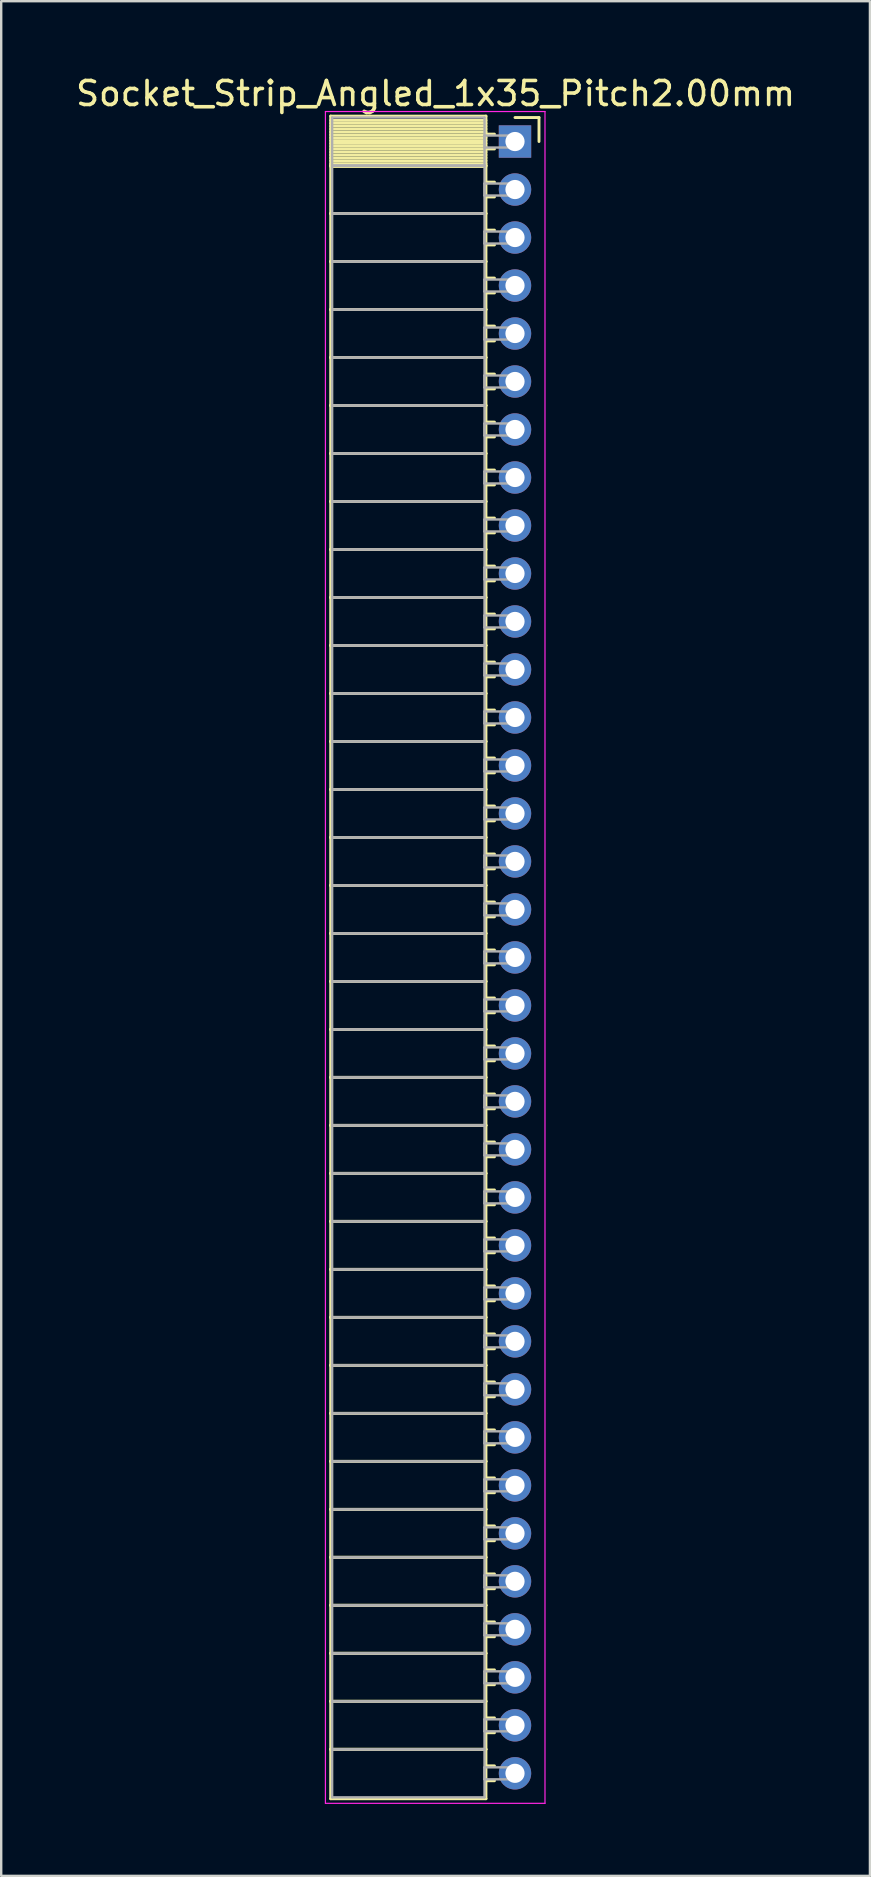
<source format=kicad_pcb>
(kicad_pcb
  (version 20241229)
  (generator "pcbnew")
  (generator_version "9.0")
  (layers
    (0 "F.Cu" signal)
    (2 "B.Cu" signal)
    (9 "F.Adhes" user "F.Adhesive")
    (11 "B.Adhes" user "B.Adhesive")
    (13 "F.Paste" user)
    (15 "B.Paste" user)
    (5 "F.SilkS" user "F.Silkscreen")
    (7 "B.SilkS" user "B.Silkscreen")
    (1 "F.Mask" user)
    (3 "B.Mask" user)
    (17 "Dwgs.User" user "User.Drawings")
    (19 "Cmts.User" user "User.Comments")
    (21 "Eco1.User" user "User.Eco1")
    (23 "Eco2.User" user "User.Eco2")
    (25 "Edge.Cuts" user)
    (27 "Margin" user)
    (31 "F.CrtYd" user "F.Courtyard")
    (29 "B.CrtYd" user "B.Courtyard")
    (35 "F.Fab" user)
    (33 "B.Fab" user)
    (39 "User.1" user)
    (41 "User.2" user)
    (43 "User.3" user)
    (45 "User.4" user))
  (footprint "Socket_Strip_Angled_1x35_Pitch2.00mm"
    (layer "F.Cu")
    (at 18.411 2.848)
    (property "Reference" "Socket_Strip_Angled_1x35_Pitch2.00mm" (at -3.31 -2 0) (layer "F.SilkS") (effects (font (size 1 1) (thickness 0.15))))
    (attr through_hole)
    (fp_line (start -7.68 -1.06) (end -1.21 -1.06) (stroke (width 0.12) (type solid)) (layer "F.SilkS"))
    (fp_line (start -7.68 1) (end -7.68 -1.06) (stroke (width 0.12) (type solid)) (layer "F.SilkS"))
    (fp_line (start -7.68 1) (end -1.21 1) (stroke (width 0.12) (type solid)) (layer "F.SilkS"))
    (fp_line (start -7.68 3) (end -7.68 1) (stroke (width 0.12) (type solid)) (layer "F.SilkS"))
    (fp_line (start -7.68 3) (end -1.21 3) (stroke (width 0.12) (type solid)) (layer "F.SilkS"))
    (fp_line (start -7.68 5) (end -7.68 3) (stroke (width 0.12) (type solid)) (layer "F.SilkS"))
    (fp_line (start -7.68 5) (end -1.21 5) (stroke (width 0.12) (type solid)) (layer "F.SilkS"))
    (fp_line (start -7.68 7) (end -7.68 5) (stroke (width 0.12) (type solid)) (layer "F.SilkS"))
    (fp_line (start -7.68 7) (end -1.21 7) (stroke (width 0.12) (type solid)) (layer "F.SilkS"))
    (fp_line (start -7.68 9) (end -7.68 7) (stroke (width 0.12) (type solid)) (layer "F.SilkS"))
    (fp_line (start -7.68 9) (end -1.21 9) (stroke (width 0.12) (type solid)) (layer "F.SilkS"))
    (fp_line (start -7.68 11) (end -7.68 9) (stroke (width 0.12) (type solid)) (layer "F.SilkS"))
    (fp_line (start -7.68 11) (end -1.21 11) (stroke (width 0.12) (type solid)) (layer "F.SilkS"))
    (fp_line (start -7.68 13) (end -7.68 11) (stroke (width 0.12) (type solid)) (layer "F.SilkS"))
    (fp_line (start -7.68 13) (end -1.21 13) (stroke (width 0.12) (type solid)) (layer "F.SilkS"))
    (fp_line (start -7.68 15) (end -7.68 13) (stroke (width 0.12) (type solid)) (layer "F.SilkS"))
    (fp_line (start -7.68 15) (end -1.21 15) (stroke (width 0.12) (type solid)) (layer "F.SilkS"))
    (fp_line (start -7.68 17) (end -7.68 15) (stroke (width 0.12) (type solid)) (layer "F.SilkS"))
    (fp_line (start -7.68 17) (end -1.21 17) (stroke (width 0.12) (type solid)) (layer "F.SilkS"))
    (fp_line (start -7.68 19) (end -7.68 17) (stroke (width 0.12) (type solid)) (layer "F.SilkS"))
    (fp_line (start -7.68 19) (end -1.21 19) (stroke (width 0.12) (type solid)) (layer "F.SilkS"))
    (fp_line (start -7.68 21) (end -7.68 19) (stroke (width 0.12) (type solid)) (layer "F.SilkS"))
    (fp_line (start -7.68 21) (end -1.21 21) (stroke (width 0.12) (type solid)) (layer "F.SilkS"))
    (fp_line (start -7.68 23) (end -7.68 21) (stroke (width 0.12) (type solid)) (layer "F.SilkS"))
    (fp_line (start -7.68 23) (end -1.21 23) (stroke (width 0.12) (type solid)) (layer "F.SilkS"))
    (fp_line (start -7.68 25) (end -7.68 23) (stroke (width 0.12) (type solid)) (layer "F.SilkS"))
    (fp_line (start -7.68 25) (end -1.21 25) (stroke (width 0.12) (type solid)) (layer "F.SilkS"))
    (fp_line (start -7.68 27) (end -7.68 25) (stroke (width 0.12) (type solid)) (layer "F.SilkS"))
    (fp_line (start -7.68 27) (end -1.21 27) (stroke (width 0.12) (type solid)) (layer "F.SilkS"))
    (fp_line (start -7.68 29) (end -7.68 27) (stroke (width 0.12) (type solid)) (layer "F.SilkS"))
    (fp_line (start -7.68 29) (end -1.21 29) (stroke (width 0.12) (type solid)) (layer "F.SilkS"))
    (fp_line (start -7.68 31) (end -7.68 29) (stroke (width 0.12) (type solid)) (layer "F.SilkS"))
    (fp_line (start -7.68 31) (end -1.21 31) (stroke (width 0.12) (type solid)) (layer "F.SilkS"))
    (fp_line (start -7.68 33) (end -7.68 31) (stroke (width 0.12) (type solid)) (layer "F.SilkS"))
    (fp_line (start -7.68 33) (end -1.21 33) (stroke (width 0.12) (type solid)) (layer "F.SilkS"))
    (fp_line (start -7.68 35) (end -7.68 33) (stroke (width 0.12) (type solid)) (layer "F.SilkS"))
    (fp_line (start -7.68 35) (end -1.21 35) (stroke (width 0.12) (type solid)) (layer "F.SilkS"))
    (fp_line (start -7.68 37) (end -7.68 35) (stroke (width 0.12) (type solid)) (layer "F.SilkS"))
    (fp_line (start -7.68 37) (end -1.21 37) (stroke (width 0.12) (type solid)) (layer "F.SilkS"))
    (fp_line (start -7.68 39) (end -7.68 37) (stroke (width 0.12) (type solid)) (layer "F.SilkS"))
    (fp_line (start -7.68 39) (end -1.21 39) (stroke (width 0.12) (type solid)) (layer "F.SilkS"))
    (fp_line (start -7.68 41) (end -7.68 39) (stroke (width 0.12) (type solid)) (layer "F.SilkS"))
    (fp_line (start -7.68 41) (end -1.21 41) (stroke (width 0.12) (type solid)) (layer "F.SilkS"))
    (fp_line (start -7.68 43) (end -7.68 41) (stroke (width 0.12) (type solid)) (layer "F.SilkS"))
    (fp_line (start -7.68 43) (end -1.21 43) (stroke (width 0.12) (type solid)) (layer "F.SilkS"))
    (fp_line (start -7.68 45) (end -7.68 43) (stroke (width 0.12) (type solid)) (layer "F.SilkS"))
    (fp_line (start -7.68 45) (end -1.21 45) (stroke (width 0.12) (type solid)) (layer "F.SilkS"))
    (fp_line (start -7.68 47) (end -7.68 45) (stroke (width 0.12) (type solid)) (layer "F.SilkS"))
    (fp_line (start -7.68 47) (end -1.21 47) (stroke (width 0.12) (type solid)) (layer "F.SilkS"))
    (fp_line (start -7.68 49) (end -7.68 47) (stroke (width 0.12) (type solid)) (layer "F.SilkS"))
    (fp_line (start -7.68 49) (end -1.21 49) (stroke (width 0.12) (type solid)) (layer "F.SilkS"))
    (fp_line (start -7.68 51) (end -7.68 49) (stroke (width 0.12) (type solid)) (layer "F.SilkS"))
    (fp_line (start -7.68 51) (end -1.21 51) (stroke (width 0.12) (type solid)) (layer "F.SilkS"))
    (fp_line (start -7.68 53) (end -7.68 51) (stroke (width 0.12) (type solid)) (layer "F.SilkS"))
    (fp_line (start -7.68 53) (end -1.21 53) (stroke (width 0.12) (type solid)) (layer "F.SilkS"))
    (fp_line (start -7.68 55) (end -7.68 53) (stroke (width 0.12) (type solid)) (layer "F.SilkS"))
    (fp_line (start -7.68 55) (end -1.21 55) (stroke (width 0.12) (type solid)) (layer "F.SilkS"))
    (fp_line (start -7.68 57) (end -7.68 55) (stroke (width 0.12) (type solid)) (layer "F.SilkS"))
    (fp_line (start -7.68 57) (end -1.21 57) (stroke (width 0.12) (type solid)) (layer "F.SilkS"))
    (fp_line (start -7.68 59) (end -7.68 57) (stroke (width 0.12) (type solid)) (layer "F.SilkS"))
    (fp_line (start -7.68 59) (end -1.21 59) (stroke (width 0.12) (type solid)) (layer "F.SilkS"))
    (fp_line (start -7.68 61) (end -7.68 59) (stroke (width 0.12) (type solid)) (layer "F.SilkS"))
    (fp_line (start -7.68 61) (end -1.21 61) (stroke (width 0.12) (type solid)) (layer "F.SilkS"))
    (fp_line (start -7.68 63) (end -7.68 61) (stroke (width 0.12) (type solid)) (layer "F.SilkS"))
    (fp_line (start -7.68 63) (end -1.21 63) (stroke (width 0.12) (type solid)) (layer "F.SilkS"))
    (fp_line (start -7.68 65) (end -7.68 63) (stroke (width 0.12) (type solid)) (layer "F.SilkS"))
    (fp_line (start -7.68 65) (end -1.21 65) (stroke (width 0.12) (type solid)) (layer "F.SilkS"))
    (fp_line (start -7.68 67) (end -7.68 65) (stroke (width 0.12) (type solid)) (layer "F.SilkS"))
    (fp_line (start -7.68 67) (end -1.21 67) (stroke (width 0.12) (type solid)) (layer "F.SilkS"))
    (fp_line (start -7.68 69.06) (end -7.68 67) (stroke (width 0.12) (type solid)) (layer "F.SilkS"))
    (fp_line (start -1.21 -1.06) (end -1.21 1) (stroke (width 0.12) (type solid)) (layer "F.SilkS"))
    (fp_line (start -1.21 -0.88) (end -7.68 -0.88) (stroke (width 0.12) (type solid)) (layer "F.SilkS"))
    (fp_line (start -1.21 -0.76) (end -7.68 -0.76) (stroke (width 0.12) (type solid)) (layer "F.SilkS"))
    (fp_line (start -1.21 -0.64) (end -7.68 -0.64) (stroke (width 0.12) (type solid)) (layer "F.SilkS"))
    (fp_line (start -1.21 -0.52) (end -7.68 -0.52) (stroke (width 0.12) (type solid)) (layer "F.SilkS"))
    (fp_line (start -1.21 -0.4) (end -7.68 -0.4) (stroke (width 0.12) (type solid)) (layer "F.SilkS"))
    (fp_line (start -1.21 -0.28) (end -7.68 -0.28) (stroke (width 0.12) (type solid)) (layer "F.SilkS"))
    (fp_line (start -1.21 -0.16) (end -7.68 -0.16) (stroke (width 0.12) (type solid)) (layer "F.SilkS"))
    (fp_line (start -1.21 -0.04) (end -7.68 -0.04) (stroke (width 0.12) (type solid)) (layer "F.SilkS"))
    (fp_line (start -1.21 0.08) (end -7.68 0.08) (stroke (width 0.12) (type solid)) (layer "F.SilkS"))
    (fp_line (start -1.21 0.2) (end -7.68 0.2) (stroke (width 0.12) (type solid)) (layer "F.SilkS"))
    (fp_line (start -1.21 0.32) (end -7.68 0.32) (stroke (width 0.12) (type solid)) (layer "F.SilkS"))
    (fp_line (start -1.21 0.44) (end -7.68 0.44) (stroke (width 0.12) (type solid)) (layer "F.SilkS"))
    (fp_line (start -1.21 0.56) (end -7.68 0.56) (stroke (width 0.12) (type solid)) (layer "F.SilkS"))
    (fp_line (start -1.21 0.68) (end -7.68 0.68) (stroke (width 0.12) (type solid)) (layer "F.SilkS"))
    (fp_line (start -1.21 0.8) (end -7.68 0.8) (stroke (width 0.12) (type solid)) (layer "F.SilkS"))
    (fp_line (start -1.21 0.92) (end -7.68 0.92) (stroke (width 0.12) (type solid)) (layer "F.SilkS"))
    (fp_line (start -1.21 1) (end -7.68 1) (stroke (width 0.12) (type solid)) (layer "F.SilkS"))
    (fp_line (start -1.21 1) (end -1.21 3) (stroke (width 0.12) (type solid)) (layer "F.SilkS"))
    (fp_line (start -1.21 1.04) (end -7.68 1.04) (stroke (width 0.12) (type solid)) (layer "F.SilkS"))
    (fp_line (start -1.21 3) (end -7.68 3) (stroke (width 0.12) (type solid)) (layer "F.SilkS"))
    (fp_line (start -1.21 3) (end -1.21 5) (stroke (width 0.12) (type solid)) (layer "F.SilkS"))
    (fp_line (start -1.21 5) (end -7.68 5) (stroke (width 0.12) (type solid)) (layer "F.SilkS"))
    (fp_line (start -1.21 5) (end -1.21 7) (stroke (width 0.12) (type solid)) (layer "F.SilkS"))
    (fp_line (start -1.21 7) (end -7.68 7) (stroke (width 0.12) (type solid)) (layer "F.SilkS"))
    (fp_line (start -1.21 7) (end -1.21 9) (stroke (width 0.12) (type solid)) (layer "F.SilkS"))
    (fp_line (start -1.21 9) (end -7.68 9) (stroke (width 0.12) (type solid)) (layer "F.SilkS"))
    (fp_line (start -1.21 9) (end -1.21 11) (stroke (width 0.12) (type solid)) (layer "F.SilkS"))
    (fp_line (start -1.21 11) (end -7.68 11) (stroke (width 0.12) (type solid)) (layer "F.SilkS"))
    (fp_line (start -1.21 11) (end -1.21 13) (stroke (width 0.12) (type solid)) (layer "F.SilkS"))
    (fp_line (start -1.21 13) (end -7.68 13) (stroke (width 0.12) (type solid)) (layer "F.SilkS"))
    (fp_line (start -1.21 13) (end -1.21 15) (stroke (width 0.12) (type solid)) (layer "F.SilkS"))
    (fp_line (start -1.21 15) (end -7.68 15) (stroke (width 0.12) (type solid)) (layer "F.SilkS"))
    (fp_line (start -1.21 15) (end -1.21 17) (stroke (width 0.12) (type solid)) (layer "F.SilkS"))
    (fp_line (start -1.21 17) (end -7.68 17) (stroke (width 0.12) (type solid)) (layer "F.SilkS"))
    (fp_line (start -1.21 17) (end -1.21 19) (stroke (width 0.12) (type solid)) (layer "F.SilkS"))
    (fp_line (start -1.21 19) (end -7.68 19) (stroke (width 0.12) (type solid)) (layer "F.SilkS"))
    (fp_line (start -1.21 19) (end -1.21 21) (stroke (width 0.12) (type solid)) (layer "F.SilkS"))
    (fp_line (start -1.21 21) (end -7.68 21) (stroke (width 0.12) (type solid)) (layer "F.SilkS"))
    (fp_line (start -1.21 21) (end -1.21 23) (stroke (width 0.12) (type solid)) (layer "F.SilkS"))
    (fp_line (start -1.21 23) (end -7.68 23) (stroke (width 0.12) (type solid)) (layer "F.SilkS"))
    (fp_line (start -1.21 23) (end -1.21 25) (stroke (width 0.12) (type solid)) (layer "F.SilkS"))
    (fp_line (start -1.21 25) (end -7.68 25) (stroke (width 0.12) (type solid)) (layer "F.SilkS"))
    (fp_line (start -1.21 25) (end -1.21 27) (stroke (width 0.12) (type solid)) (layer "F.SilkS"))
    (fp_line (start -1.21 27) (end -7.68 27) (stroke (width 0.12) (type solid)) (layer "F.SilkS"))
    (fp_line (start -1.21 27) (end -1.21 29) (stroke (width 0.12) (type solid)) (layer "F.SilkS"))
    (fp_line (start -1.21 29) (end -7.68 29) (stroke (width 0.12) (type solid)) (layer "F.SilkS"))
    (fp_line (start -1.21 29) (end -1.21 31) (stroke (width 0.12) (type solid)) (layer "F.SilkS"))
    (fp_line (start -1.21 31) (end -7.68 31) (stroke (width 0.12) (type solid)) (layer "F.SilkS"))
    (fp_line (start -1.21 31) (end -1.21 33) (stroke (width 0.12) (type solid)) (layer "F.SilkS"))
    (fp_line (start -1.21 33) (end -7.68 33) (stroke (width 0.12) (type solid)) (layer "F.SilkS"))
    (fp_line (start -1.21 33) (end -1.21 35) (stroke (width 0.12) (type solid)) (layer "F.SilkS"))
    (fp_line (start -1.21 35) (end -7.68 35) (stroke (width 0.12) (type solid)) (layer "F.SilkS"))
    (fp_line (start -1.21 35) (end -1.21 37) (stroke (width 0.12) (type solid)) (layer "F.SilkS"))
    (fp_line (start -1.21 37) (end -7.68 37) (stroke (width 0.12) (type solid)) (layer "F.SilkS"))
    (fp_line (start -1.21 37) (end -1.21 39) (stroke (width 0.12) (type solid)) (layer "F.SilkS"))
    (fp_line (start -1.21 39) (end -7.68 39) (stroke (width 0.12) (type solid)) (layer "F.SilkS"))
    (fp_line (start -1.21 39) (end -1.21 41) (stroke (width 0.12) (type solid)) (layer "F.SilkS"))
    (fp_line (start -1.21 41) (end -7.68 41) (stroke (width 0.12) (type solid)) (layer "F.SilkS"))
    (fp_line (start -1.21 41) (end -1.21 43) (stroke (width 0.12) (type solid)) (layer "F.SilkS"))
    (fp_line (start -1.21 43) (end -7.68 43) (stroke (width 0.12) (type solid)) (layer "F.SilkS"))
    (fp_line (start -1.21 43) (end -1.21 45) (stroke (width 0.12) (type solid)) (layer "F.SilkS"))
    (fp_line (start -1.21 45) (end -7.68 45) (stroke (width 0.12) (type solid)) (layer "F.SilkS"))
    (fp_line (start -1.21 45) (end -1.21 47) (stroke (width 0.12) (type solid)) (layer "F.SilkS"))
    (fp_line (start -1.21 47) (end -7.68 47) (stroke (width 0.12) (type solid)) (layer "F.SilkS"))
    (fp_line (start -1.21 47) (end -1.21 49) (stroke (width 0.12) (type solid)) (layer "F.SilkS"))
    (fp_line (start -1.21 49) (end -7.68 49) (stroke (width 0.12) (type solid)) (layer "F.SilkS"))
    (fp_line (start -1.21 49) (end -1.21 51) (stroke (width 0.12) (type solid)) (layer "F.SilkS"))
    (fp_line (start -1.21 51) (end -7.68 51) (stroke (width 0.12) (type solid)) (layer "F.SilkS"))
    (fp_line (start -1.21 51) (end -1.21 53) (stroke (width 0.12) (type solid)) (layer "F.SilkS"))
    (fp_line (start -1.21 53) (end -7.68 53) (stroke (width 0.12) (type solid)) (layer "F.SilkS"))
    (fp_line (start -1.21 53) (end -1.21 55) (stroke (width 0.12) (type solid)) (layer "F.SilkS"))
    (fp_line (start -1.21 55) (end -7.68 55) (stroke (width 0.12) (type solid)) (layer "F.SilkS"))
    (fp_line (start -1.21 55) (end -1.21 57) (stroke (width 0.12) (type solid)) (layer "F.SilkS"))
    (fp_line (start -1.21 57) (end -7.68 57) (stroke (width 0.12) (type solid)) (layer "F.SilkS"))
    (fp_line (start -1.21 57) (end -1.21 59) (stroke (width 0.12) (type solid)) (layer "F.SilkS"))
    (fp_line (start -1.21 59) (end -7.68 59) (stroke (width 0.12) (type solid)) (layer "F.SilkS"))
    (fp_line (start -1.21 59) (end -1.21 61) (stroke (width 0.12) (type solid)) (layer "F.SilkS"))
    (fp_line (start -1.21 61) (end -7.68 61) (stroke (width 0.12) (type solid)) (layer "F.SilkS"))
    (fp_line (start -1.21 61) (end -1.21 63) (stroke (width 0.12) (type solid)) (layer "F.SilkS"))
    (fp_line (start -1.21 63) (end -7.68 63) (stroke (width 0.12) (type solid)) (layer "F.SilkS"))
    (fp_line (start -1.21 63) (end -1.21 65) (stroke (width 0.12) (type solid)) (layer "F.SilkS"))
    (fp_line (start -1.21 65) (end -7.68 65) (stroke (width 0.12) (type solid)) (layer "F.SilkS"))
    (fp_line (start -1.21 65) (end -1.21 67) (stroke (width 0.12) (type solid)) (layer "F.SilkS"))
    (fp_line (start -1.21 67) (end -7.68 67) (stroke (width 0.12) (type solid)) (layer "F.SilkS"))
    (fp_line (start -1.21 67) (end -1.21 69.06) (stroke (width 0.12) (type solid)) (layer "F.SilkS"))
    (fp_line (start -1.21 69.06) (end -7.68 69.06) (stroke (width 0.12) (type solid)) (layer "F.SilkS"))
    (fp_line (start -0.855 -0.31) (end -1.21 -0.31) (stroke (width 0.12) (type solid)) (layer "F.SilkS"))
    (fp_line (start -0.855 0.31) (end -1.21 0.31) (stroke (width 0.12) (type solid)) (layer "F.SilkS"))
    (fp_line (start -0.855 1.69) (end -1.21 1.69) (stroke (width 0.12) (type solid)) (layer "F.SilkS"))
    (fp_line (start -0.855 2.31) (end -1.21 2.31) (stroke (width 0.12) (type solid)) (layer "F.SilkS"))
    (fp_line (start -0.855 3.69) (end -1.21 3.69) (stroke (width 0.12) (type solid)) (layer "F.SilkS"))
    (fp_line (start -0.855 4.31) (end -1.21 4.31) (stroke (width 0.12) (type solid)) (layer "F.SilkS"))
    (fp_line (start -0.855 5.69) (end -1.21 5.69) (stroke (width 0.12) (type solid)) (layer "F.SilkS"))
    (fp_line (start -0.855 6.31) (end -1.21 6.31) (stroke (width 0.12) (type solid)) (layer "F.SilkS"))
    (fp_line (start -0.855 7.69) (end -1.21 7.69) (stroke (width 0.12) (type solid)) (layer "F.SilkS"))
    (fp_line (start -0.855 8.31) (end -1.21 8.31) (stroke (width 0.12) (type solid)) (layer "F.SilkS"))
    (fp_line (start -0.855 9.69) (end -1.21 9.69) (stroke (width 0.12) (type solid)) (layer "F.SilkS"))
    (fp_line (start -0.855 10.31) (end -1.21 10.31) (stroke (width 0.12) (type solid)) (layer "F.SilkS"))
    (fp_line (start -0.855 11.69) (end -1.21 11.69) (stroke (width 0.12) (type solid)) (layer "F.SilkS"))
    (fp_line (start -0.855 12.31) (end -1.21 12.31) (stroke (width 0.12) (type solid)) (layer "F.SilkS"))
    (fp_line (start -0.855 13.69) (end -1.21 13.69) (stroke (width 0.12) (type solid)) (layer "F.SilkS"))
    (fp_line (start -0.855 14.31) (end -1.21 14.31) (stroke (width 0.12) (type solid)) (layer "F.SilkS"))
    (fp_line (start -0.855 15.69) (end -1.21 15.69) (stroke (width 0.12) (type solid)) (layer "F.SilkS"))
    (fp_line (start -0.855 16.31) (end -1.21 16.31) (stroke (width 0.12) (type solid)) (layer "F.SilkS"))
    (fp_line (start -0.855 17.69) (end -1.21 17.69) (stroke (width 0.12) (type solid)) (layer "F.SilkS"))
    (fp_line (start -0.855 18.31) (end -1.21 18.31) (stroke (width 0.12) (type solid)) (layer "F.SilkS"))
    (fp_line (start -0.855 19.69) (end -1.21 19.69) (stroke (width 0.12) (type solid)) (layer "F.SilkS"))
    (fp_line (start -0.855 20.31) (end -1.21 20.31) (stroke (width 0.12) (type solid)) (layer "F.SilkS"))
    (fp_line (start -0.855 21.69) (end -1.21 21.69) (stroke (width 0.12) (type solid)) (layer "F.SilkS"))
    (fp_line (start -0.855 22.31) (end -1.21 22.31) (stroke (width 0.12) (type solid)) (layer "F.SilkS"))
    (fp_line (start -0.855 23.69) (end -1.21 23.69) (stroke (width 0.12) (type solid)) (layer "F.SilkS"))
    (fp_line (start -0.855 24.31) (end -1.21 24.31) (stroke (width 0.12) (type solid)) (layer "F.SilkS"))
    (fp_line (start -0.855 25.69) (end -1.21 25.69) (stroke (width 0.12) (type solid)) (layer "F.SilkS"))
    (fp_line (start -0.855 26.31) (end -1.21 26.31) (stroke (width 0.12) (type solid)) (layer "F.SilkS"))
    (fp_line (start -0.855 27.69) (end -1.21 27.69) (stroke (width 0.12) (type solid)) (layer "F.SilkS"))
    (fp_line (start -0.855 28.31) (end -1.21 28.31) (stroke (width 0.12) (type solid)) (layer "F.SilkS"))
    (fp_line (start -0.855 29.69) (end -1.21 29.69) (stroke (width 0.12) (type solid)) (layer "F.SilkS"))
    (fp_line (start -0.855 30.31) (end -1.21 30.31) (stroke (width 0.12) (type solid)) (layer "F.SilkS"))
    (fp_line (start -0.855 31.69) (end -1.21 31.69) (stroke (width 0.12) (type solid)) (layer "F.SilkS"))
    (fp_line (start -0.855 32.31) (end -1.21 32.31) (stroke (width 0.12) (type solid)) (layer "F.SilkS"))
    (fp_line (start -0.855 33.69) (end -1.21 33.69) (stroke (width 0.12) (type solid)) (layer "F.SilkS"))
    (fp_line (start -0.855 34.31) (end -1.21 34.31) (stroke (width 0.12) (type solid)) (layer "F.SilkS"))
    (fp_line (start -0.855 35.69) (end -1.21 35.69) (stroke (width 0.12) (type solid)) (layer "F.SilkS"))
    (fp_line (start -0.855 36.31) (end -1.21 36.31) (stroke (width 0.12) (type solid)) (layer "F.SilkS"))
    (fp_line (start -0.855 37.69) (end -1.21 37.69) (stroke (width 0.12) (type solid)) (layer "F.SilkS"))
    (fp_line (start -0.855 38.31) (end -1.21 38.31) (stroke (width 0.12) (type solid)) (layer "F.SilkS"))
    (fp_line (start -0.855 39.69) (end -1.21 39.69) (stroke (width 0.12) (type solid)) (layer "F.SilkS"))
    (fp_line (start -0.855 40.31) (end -1.21 40.31) (stroke (width 0.12) (type solid)) (layer "F.SilkS"))
    (fp_line (start -0.855 41.69) (end -1.21 41.69) (stroke (width 0.12) (type solid)) (layer "F.SilkS"))
    (fp_line (start -0.855 42.31) (end -1.21 42.31) (stroke (width 0.12) (type solid)) (layer "F.SilkS"))
    (fp_line (start -0.855 43.69) (end -1.21 43.69) (stroke (width 0.12) (type solid)) (layer "F.SilkS"))
    (fp_line (start -0.855 44.31) (end -1.21 44.31) (stroke (width 0.12) (type solid)) (layer "F.SilkS"))
    (fp_line (start -0.855 45.69) (end -1.21 45.69) (stroke (width 0.12) (type solid)) (layer "F.SilkS"))
    (fp_line (start -0.855 46.31) (end -1.21 46.31) (stroke (width 0.12) (type solid)) (layer "F.SilkS"))
    (fp_line (start -0.855 47.69) (end -1.21 47.69) (stroke (width 0.12) (type solid)) (layer "F.SilkS"))
    (fp_line (start -0.855 48.31) (end -1.21 48.31) (stroke (width 0.12) (type solid)) (layer "F.SilkS"))
    (fp_line (start -0.855 49.69) (end -1.21 49.69) (stroke (width 0.12) (type solid)) (layer "F.SilkS"))
    (fp_line (start -0.855 50.31) (end -1.21 50.31) (stroke (width 0.12) (type solid)) (layer "F.SilkS"))
    (fp_line (start -0.855 51.69) (end -1.21 51.69) (stroke (width 0.12) (type solid)) (layer "F.SilkS"))
    (fp_line (start -0.855 52.31) (end -1.21 52.31) (stroke (width 0.12) (type solid)) (layer "F.SilkS"))
    (fp_line (start -0.855 53.69) (end -1.21 53.69) (stroke (width 0.12) (type solid)) (layer "F.SilkS"))
    (fp_line (start -0.855 54.31) (end -1.21 54.31) (stroke (width 0.12) (type solid)) (layer "F.SilkS"))
    (fp_line (start -0.855 55.69) (end -1.21 55.69) (stroke (width 0.12) (type solid)) (layer "F.SilkS"))
    (fp_line (start -0.855 56.31) (end -1.21 56.31) (stroke (width 0.12) (type solid)) (layer "F.SilkS"))
    (fp_line (start -0.855 57.69) (end -1.21 57.69) (stroke (width 0.12) (type solid)) (layer "F.SilkS"))
    (fp_line (start -0.855 58.31) (end -1.21 58.31) (stroke (width 0.12) (type solid)) (layer "F.SilkS"))
    (fp_line (start -0.855 59.69) (end -1.21 59.69) (stroke (width 0.12) (type solid)) (layer "F.SilkS"))
    (fp_line (start -0.855 60.31) (end -1.21 60.31) (stroke (width 0.12) (type solid)) (layer "F.SilkS"))
    (fp_line (start -0.855 61.69) (end -1.21 61.69) (stroke (width 0.12) (type solid)) (layer "F.SilkS"))
    (fp_line (start -0.855 62.31) (end -1.21 62.31) (stroke (width 0.12) (type solid)) (layer "F.SilkS"))
    (fp_line (start -0.855 63.69) (end -1.21 63.69) (stroke (width 0.12) (type solid)) (layer "F.SilkS"))
    (fp_line (start -0.855 64.31) (end -1.21 64.31) (stroke (width 0.12) (type solid)) (layer "F.SilkS"))
    (fp_line (start -0.855 65.69) (end -1.21 65.69) (stroke (width 0.12) (type solid)) (layer "F.SilkS"))
    (fp_line (start -0.855 66.31) (end -1.21 66.31) (stroke (width 0.12) (type solid)) (layer "F.SilkS"))
    (fp_line (start -0.855 67.69) (end -1.21 67.69) (stroke (width 0.12) (type solid)) (layer "F.SilkS"))
    (fp_line (start -0.855 68.31) (end -1.21 68.31) (stroke (width 0.12) (type solid)) (layer "F.SilkS"))
    (fp_line (start 0 -1) (end 1 -1) (stroke (width 0.12) (type solid)) (layer "F.SilkS"))
    (fp_line (start 1 -1) (end 1 0) (stroke (width 0.12) (type solid)) (layer "F.SilkS"))
    (fp_line (start -7.9 -1.25) (end 1.25 -1.25) (stroke (width 0.05) (type solid)) (layer "F.CrtYd"))
    (fp_line (start -7.9 69.25) (end -7.9 -1.25) (stroke (width 0.05) (type solid)) (layer "F.CrtYd"))
    (fp_line (start 1.25 -1.25) (end 1.25 69.25) (stroke (width 0.05) (type solid)) (layer "F.CrtYd"))
    (fp_line (start 1.25 69.25) (end -7.9 69.25) (stroke (width 0.05) (type solid)) (layer "F.CrtYd"))
    (fp_line (start -7.62 -1) (end -1.27 -1) (stroke (width 0.1) (type solid)) (layer "F.Fab"))
    (fp_line (start -7.62 1) (end -7.62 -1) (stroke (width 0.1) (type solid)) (layer "F.Fab"))
    (fp_line (start -7.62 1) (end -1.27 1) (stroke (width 0.1) (type solid)) (layer "F.Fab"))
    (fp_line (start -7.62 3) (end -7.62 1) (stroke (width 0.1) (type solid)) (layer "F.Fab"))
    (fp_line (start -7.62 3) (end -1.27 3) (stroke (width 0.1) (type solid)) (layer "F.Fab"))
    (fp_line (start -7.62 5) (end -7.62 3) (stroke (width 0.1) (type solid)) (layer "F.Fab"))
    (fp_line (start -7.62 5) (end -1.27 5) (stroke (width 0.1) (type solid)) (layer "F.Fab"))
    (fp_line (start -7.62 7) (end -7.62 5) (stroke (width 0.1) (type solid)) (layer "F.Fab"))
    (fp_line (start -7.62 7) (end -1.27 7) (stroke (width 0.1) (type solid)) (layer "F.Fab"))
    (fp_line (start -7.62 9) (end -7.62 7) (stroke (width 0.1) (type solid)) (layer "F.Fab"))
    (fp_line (start -7.62 9) (end -1.27 9) (stroke (width 0.1) (type solid)) (layer "F.Fab"))
    (fp_line (start -7.62 11) (end -7.62 9) (stroke (width 0.1) (type solid)) (layer "F.Fab"))
    (fp_line (start -7.62 11) (end -1.27 11) (stroke (width 0.1) (type solid)) (layer "F.Fab"))
    (fp_line (start -7.62 13) (end -7.62 11) (stroke (width 0.1) (type solid)) (layer "F.Fab"))
    (fp_line (start -7.62 13) (end -1.27 13) (stroke (width 0.1) (type solid)) (layer "F.Fab"))
    (fp_line (start -7.62 15) (end -7.62 13) (stroke (width 0.1) (type solid)) (layer "F.Fab"))
    (fp_line (start -7.62 15) (end -1.27 15) (stroke (width 0.1) (type solid)) (layer "F.Fab"))
    (fp_line (start -7.62 17) (end -7.62 15) (stroke (width 0.1) (type solid)) (layer "F.Fab"))
    (fp_line (start -7.62 17) (end -1.27 17) (stroke (width 0.1) (type solid)) (layer "F.Fab"))
    (fp_line (start -7.62 19) (end -7.62 17) (stroke (width 0.1) (type solid)) (layer "F.Fab"))
    (fp_line (start -7.62 19) (end -1.27 19) (stroke (width 0.1) (type solid)) (layer "F.Fab"))
    (fp_line (start -7.62 21) (end -7.62 19) (stroke (width 0.1) (type solid)) (layer "F.Fab"))
    (fp_line (start -7.62 21) (end -1.27 21) (stroke (width 0.1) (type solid)) (layer "F.Fab"))
    (fp_line (start -7.62 23) (end -7.62 21) (stroke (width 0.1) (type solid)) (layer "F.Fab"))
    (fp_line (start -7.62 23) (end -1.27 23) (stroke (width 0.1) (type solid)) (layer "F.Fab"))
    (fp_line (start -7.62 25) (end -7.62 23) (stroke (width 0.1) (type solid)) (layer "F.Fab"))
    (fp_line (start -7.62 25) (end -1.27 25) (stroke (width 0.1) (type solid)) (layer "F.Fab"))
    (fp_line (start -7.62 27) (end -7.62 25) (stroke (width 0.1) (type solid)) (layer "F.Fab"))
    (fp_line (start -7.62 27) (end -1.27 27) (stroke (width 0.1) (type solid)) (layer "F.Fab"))
    (fp_line (start -7.62 29) (end -7.62 27) (stroke (width 0.1) (type solid)) (layer "F.Fab"))
    (fp_line (start -7.62 29) (end -1.27 29) (stroke (width 0.1) (type solid)) (layer "F.Fab"))
    (fp_line (start -7.62 31) (end -7.62 29) (stroke (width 0.1) (type solid)) (layer "F.Fab"))
    (fp_line (start -7.62 31) (end -1.27 31) (stroke (width 0.1) (type solid)) (layer "F.Fab"))
    (fp_line (start -7.62 33) (end -7.62 31) (stroke (width 0.1) (type solid)) (layer "F.Fab"))
    (fp_line (start -7.62 33) (end -1.27 33) (stroke (width 0.1) (type solid)) (layer "F.Fab"))
    (fp_line (start -7.62 35) (end -7.62 33) (stroke (width 0.1) (type solid)) (layer "F.Fab"))
    (fp_line (start -7.62 35) (end -1.27 35) (stroke (width 0.1) (type solid)) (layer "F.Fab"))
    (fp_line (start -7.62 37) (end -7.62 35) (stroke (width 0.1) (type solid)) (layer "F.Fab"))
    (fp_line (start -7.62 37) (end -1.27 37) (stroke (width 0.1) (type solid)) (layer "F.Fab"))
    (fp_line (start -7.62 39) (end -7.62 37) (stroke (width 0.1) (type solid)) (layer "F.Fab"))
    (fp_line (start -7.62 39) (end -1.27 39) (stroke (width 0.1) (type solid)) (layer "F.Fab"))
    (fp_line (start -7.62 41) (end -7.62 39) (stroke (width 0.1) (type solid)) (layer "F.Fab"))
    (fp_line (start -7.62 41) (end -1.27 41) (stroke (width 0.1) (type solid)) (layer "F.Fab"))
    (fp_line (start -7.62 43) (end -7.62 41) (stroke (width 0.1) (type solid)) (layer "F.Fab"))
    (fp_line (start -7.62 43) (end -1.27 43) (stroke (width 0.1) (type solid)) (layer "F.Fab"))
    (fp_line (start -7.62 45) (end -7.62 43) (stroke (width 0.1) (type solid)) (layer "F.Fab"))
    (fp_line (start -7.62 45) (end -1.27 45) (stroke (width 0.1) (type solid)) (layer "F.Fab"))
    (fp_line (start -7.62 47) (end -7.62 45) (stroke (width 0.1) (type solid)) (layer "F.Fab"))
    (fp_line (start -7.62 47) (end -1.27 47) (stroke (width 0.1) (type solid)) (layer "F.Fab"))
    (fp_line (start -7.62 49) (end -7.62 47) (stroke (width 0.1) (type solid)) (layer "F.Fab"))
    (fp_line (start -7.62 49) (end -1.27 49) (stroke (width 0.1) (type solid)) (layer "F.Fab"))
    (fp_line (start -7.62 51) (end -7.62 49) (stroke (width 0.1) (type solid)) (layer "F.Fab"))
    (fp_line (start -7.62 51) (end -1.27 51) (stroke (width 0.1) (type solid)) (layer "F.Fab"))
    (fp_line (start -7.62 53) (end -7.62 51) (stroke (width 0.1) (type solid)) (layer "F.Fab"))
    (fp_line (start -7.62 53) (end -1.27 53) (stroke (width 0.1) (type solid)) (layer "F.Fab"))
    (fp_line (start -7.62 55) (end -7.62 53) (stroke (width 0.1) (type solid)) (layer "F.Fab"))
    (fp_line (start -7.62 55) (end -1.27 55) (stroke (width 0.1) (type solid)) (layer "F.Fab"))
    (fp_line (start -7.62 57) (end -7.62 55) (stroke (width 0.1) (type solid)) (layer "F.Fab"))
    (fp_line (start -7.62 57) (end -1.27 57) (stroke (width 0.1) (type solid)) (layer "F.Fab"))
    (fp_line (start -7.62 59) (end -7.62 57) (stroke (width 0.1) (type solid)) (layer "F.Fab"))
    (fp_line (start -7.62 59) (end -1.27 59) (stroke (width 0.1) (type solid)) (layer "F.Fab"))
    (fp_line (start -7.62 61) (end -7.62 59) (stroke (width 0.1) (type solid)) (layer "F.Fab"))
    (fp_line (start -7.62 61) (end -1.27 61) (stroke (width 0.1) (type solid)) (layer "F.Fab"))
    (fp_line (start -7.62 63) (end -7.62 61) (stroke (width 0.1) (type solid)) (layer "F.Fab"))
    (fp_line (start -7.62 63) (end -1.27 63) (stroke (width 0.1) (type solid)) (layer "F.Fab"))
    (fp_line (start -7.62 65) (end -7.62 63) (stroke (width 0.1) (type solid)) (layer "F.Fab"))
    (fp_line (start -7.62 65) (end -1.27 65) (stroke (width 0.1) (type solid)) (layer "F.Fab"))
    (fp_line (start -7.62 67) (end -7.62 65) (stroke (width 0.1) (type solid)) (layer "F.Fab"))
    (fp_line (start -7.62 67) (end -1.27 67) (stroke (width 0.1) (type solid)) (layer "F.Fab"))
    (fp_line (start -7.62 69) (end -7.62 67) (stroke (width 0.1) (type solid)) (layer "F.Fab"))
    (fp_line (start -1.27 -1) (end -1.27 1) (stroke (width 0.1) (type solid)) (layer "F.Fab"))
    (fp_line (start -1.27 -0.25) (end 0 -0.25) (stroke (width 0.1) (type solid)) (layer "F.Fab"))
    (fp_line (start -1.27 0.25) (end -1.27 -0.25) (stroke (width 0.1) (type solid)) (layer "F.Fab"))
    (fp_line (start -1.27 1) (end -7.62 1) (stroke (width 0.1) (type solid)) (layer "F.Fab"))
    (fp_line (start -1.27 1) (end -1.27 3) (stroke (width 0.1) (type solid)) (layer "F.Fab"))
    (fp_line (start -1.27 1.75) (end 0 1.75) (stroke (width 0.1) (type solid)) (layer "F.Fab"))
    (fp_line (start -1.27 2.25) (end -1.27 1.75) (stroke (width 0.1) (type solid)) (layer "F.Fab"))
    (fp_line (start -1.27 3) (end -7.62 3) (stroke (width 0.1) (type solid)) (layer "F.Fab"))
    (fp_line (start -1.27 3) (end -1.27 5) (stroke (width 0.1) (type solid)) (layer "F.Fab"))
    (fp_line (start -1.27 3.75) (end 0 3.75) (stroke (width 0.1) (type solid)) (layer "F.Fab"))
    (fp_line (start -1.27 4.25) (end -1.27 3.75) (stroke (width 0.1) (type solid)) (layer "F.Fab"))
    (fp_line (start -1.27 5) (end -7.62 5) (stroke (width 0.1) (type solid)) (layer "F.Fab"))
    (fp_line (start -1.27 5) (end -1.27 7) (stroke (width 0.1) (type solid)) (layer "F.Fab"))
    (fp_line (start -1.27 5.75) (end 0 5.75) (stroke (width 0.1) (type solid)) (layer "F.Fab"))
    (fp_line (start -1.27 6.25) (end -1.27 5.75) (stroke (width 0.1) (type solid)) (layer "F.Fab"))
    (fp_line (start -1.27 7) (end -7.62 7) (stroke (width 0.1) (type solid)) (layer "F.Fab"))
    (fp_line (start -1.27 7) (end -1.27 9) (stroke (width 0.1) (type solid)) (layer "F.Fab"))
    (fp_line (start -1.27 7.75) (end 0 7.75) (stroke (width 0.1) (type solid)) (layer "F.Fab"))
    (fp_line (start -1.27 8.25) (end -1.27 7.75) (stroke (width 0.1) (type solid)) (layer "F.Fab"))
    (fp_line (start -1.27 9) (end -7.62 9) (stroke (width 0.1) (type solid)) (layer "F.Fab"))
    (fp_line (start -1.27 9) (end -1.27 11) (stroke (width 0.1) (type solid)) (layer "F.Fab"))
    (fp_line (start -1.27 9.75) (end 0 9.75) (stroke (width 0.1) (type solid)) (layer "F.Fab"))
    (fp_line (start -1.27 10.25) (end -1.27 9.75) (stroke (width 0.1) (type solid)) (layer "F.Fab"))
    (fp_line (start -1.27 11) (end -7.62 11) (stroke (width 0.1) (type solid)) (layer "F.Fab"))
    (fp_line (start -1.27 11) (end -1.27 13) (stroke (width 0.1) (type solid)) (layer "F.Fab"))
    (fp_line (start -1.27 11.75) (end 0 11.75) (stroke (width 0.1) (type solid)) (layer "F.Fab"))
    (fp_line (start -1.27 12.25) (end -1.27 11.75) (stroke (width 0.1) (type solid)) (layer "F.Fab"))
    (fp_line (start -1.27 13) (end -7.62 13) (stroke (width 0.1) (type solid)) (layer "F.Fab"))
    (fp_line (start -1.27 13) (end -1.27 15) (stroke (width 0.1) (type solid)) (layer "F.Fab"))
    (fp_line (start -1.27 13.75) (end 0 13.75) (stroke (width 0.1) (type solid)) (layer "F.Fab"))
    (fp_line (start -1.27 14.25) (end -1.27 13.75) (stroke (width 0.1) (type solid)) (layer "F.Fab"))
    (fp_line (start -1.27 15) (end -7.62 15) (stroke (width 0.1) (type solid)) (layer "F.Fab"))
    (fp_line (start -1.27 15) (end -1.27 17) (stroke (width 0.1) (type solid)) (layer "F.Fab"))
    (fp_line (start -1.27 15.75) (end 0 15.75) (stroke (width 0.1) (type solid)) (layer "F.Fab"))
    (fp_line (start -1.27 16.25) (end -1.27 15.75) (stroke (width 0.1) (type solid)) (layer "F.Fab"))
    (fp_line (start -1.27 17) (end -7.62 17) (stroke (width 0.1) (type solid)) (layer "F.Fab"))
    (fp_line (start -1.27 17) (end -1.27 19) (stroke (width 0.1) (type solid)) (layer "F.Fab"))
    (fp_line (start -1.27 17.75) (end 0 17.75) (stroke (width 0.1) (type solid)) (layer "F.Fab"))
    (fp_line (start -1.27 18.25) (end -1.27 17.75) (stroke (width 0.1) (type solid)) (layer "F.Fab"))
    (fp_line (start -1.27 19) (end -7.62 19) (stroke (width 0.1) (type solid)) (layer "F.Fab"))
    (fp_line (start -1.27 19) (end -1.27 21) (stroke (width 0.1) (type solid)) (layer "F.Fab"))
    (fp_line (start -1.27 19.75) (end 0 19.75) (stroke (width 0.1) (type solid)) (layer "F.Fab"))
    (fp_line (start -1.27 20.25) (end -1.27 19.75) (stroke (width 0.1) (type solid)) (layer "F.Fab"))
    (fp_line (start -1.27 21) (end -7.62 21) (stroke (width 0.1) (type solid)) (layer "F.Fab"))
    (fp_line (start -1.27 21) (end -1.27 23) (stroke (width 0.1) (type solid)) (layer "F.Fab"))
    (fp_line (start -1.27 21.75) (end 0 21.75) (stroke (width 0.1) (type solid)) (layer "F.Fab"))
    (fp_line (start -1.27 22.25) (end -1.27 21.75) (stroke (width 0.1) (type solid)) (layer "F.Fab"))
    (fp_line (start -1.27 23) (end -7.62 23) (stroke (width 0.1) (type solid)) (layer "F.Fab"))
    (fp_line (start -1.27 23) (end -1.27 25) (stroke (width 0.1) (type solid)) (layer "F.Fab"))
    (fp_line (start -1.27 23.75) (end 0 23.75) (stroke (width 0.1) (type solid)) (layer "F.Fab"))
    (fp_line (start -1.27 24.25) (end -1.27 23.75) (stroke (width 0.1) (type solid)) (layer "F.Fab"))
    (fp_line (start -1.27 25) (end -7.62 25) (stroke (width 0.1) (type solid)) (layer "F.Fab"))
    (fp_line (start -1.27 25) (end -1.27 27) (stroke (width 0.1) (type solid)) (layer "F.Fab"))
    (fp_line (start -1.27 25.75) (end 0 25.75) (stroke (width 0.1) (type solid)) (layer "F.Fab"))
    (fp_line (start -1.27 26.25) (end -1.27 25.75) (stroke (width 0.1) (type solid)) (layer "F.Fab"))
    (fp_line (start -1.27 27) (end -7.62 27) (stroke (width 0.1) (type solid)) (layer "F.Fab"))
    (fp_line (start -1.27 27) (end -1.27 29) (stroke (width 0.1) (type solid)) (layer "F.Fab"))
    (fp_line (start -1.27 27.75) (end 0 27.75) (stroke (width 0.1) (type solid)) (layer "F.Fab"))
    (fp_line (start -1.27 28.25) (end -1.27 27.75) (stroke (width 0.1) (type solid)) (layer "F.Fab"))
    (fp_line (start -1.27 29) (end -7.62 29) (stroke (width 0.1) (type solid)) (layer "F.Fab"))
    (fp_line (start -1.27 29) (end -1.27 31) (stroke (width 0.1) (type solid)) (layer "F.Fab"))
    (fp_line (start -1.27 29.75) (end 0 29.75) (stroke (width 0.1) (type solid)) (layer "F.Fab"))
    (fp_line (start -1.27 30.25) (end -1.27 29.75) (stroke (width 0.1) (type solid)) (layer "F.Fab"))
    (fp_line (start -1.27 31) (end -7.62 31) (stroke (width 0.1) (type solid)) (layer "F.Fab"))
    (fp_line (start -1.27 31) (end -1.27 33) (stroke (width 0.1) (type solid)) (layer "F.Fab"))
    (fp_line (start -1.27 31.75) (end 0 31.75) (stroke (width 0.1) (type solid)) (layer "F.Fab"))
    (fp_line (start -1.27 32.25) (end -1.27 31.75) (stroke (width 0.1) (type solid)) (layer "F.Fab"))
    (fp_line (start -1.27 33) (end -7.62 33) (stroke (width 0.1) (type solid)) (layer "F.Fab"))
    (fp_line (start -1.27 33) (end -1.27 35) (stroke (width 0.1) (type solid)) (layer "F.Fab"))
    (fp_line (start -1.27 33.75) (end 0 33.75) (stroke (width 0.1) (type solid)) (layer "F.Fab"))
    (fp_line (start -1.27 34.25) (end -1.27 33.75) (stroke (width 0.1) (type solid)) (layer "F.Fab"))
    (fp_line (start -1.27 35) (end -7.62 35) (stroke (width 0.1) (type solid)) (layer "F.Fab"))
    (fp_line (start -1.27 35) (end -1.27 37) (stroke (width 0.1) (type solid)) (layer "F.Fab"))
    (fp_line (start -1.27 35.75) (end 0 35.75) (stroke (width 0.1) (type solid)) (layer "F.Fab"))
    (fp_line (start -1.27 36.25) (end -1.27 35.75) (stroke (width 0.1) (type solid)) (layer "F.Fab"))
    (fp_line (start -1.27 37) (end -7.62 37) (stroke (width 0.1) (type solid)) (layer "F.Fab"))
    (fp_line (start -1.27 37) (end -1.27 39) (stroke (width 0.1) (type solid)) (layer "F.Fab"))
    (fp_line (start -1.27 37.75) (end 0 37.75) (stroke (width 0.1) (type solid)) (layer "F.Fab"))
    (fp_line (start -1.27 38.25) (end -1.27 37.75) (stroke (width 0.1) (type solid)) (layer "F.Fab"))
    (fp_line (start -1.27 39) (end -7.62 39) (stroke (width 0.1) (type solid)) (layer "F.Fab"))
    (fp_line (start -1.27 39) (end -1.27 41) (stroke (width 0.1) (type solid)) (layer "F.Fab"))
    (fp_line (start -1.27 39.75) (end 0 39.75) (stroke (width 0.1) (type solid)) (layer "F.Fab"))
    (fp_line (start -1.27 40.25) (end -1.27 39.75) (stroke (width 0.1) (type solid)) (layer "F.Fab"))
    (fp_line (start -1.27 41) (end -7.62 41) (stroke (width 0.1) (type solid)) (layer "F.Fab"))
    (fp_line (start -1.27 41) (end -1.27 43) (stroke (width 0.1) (type solid)) (layer "F.Fab"))
    (fp_line (start -1.27 41.75) (end 0 41.75) (stroke (width 0.1) (type solid)) (layer "F.Fab"))
    (fp_line (start -1.27 42.25) (end -1.27 41.75) (stroke (width 0.1) (type solid)) (layer "F.Fab"))
    (fp_line (start -1.27 43) (end -7.62 43) (stroke (width 0.1) (type solid)) (layer "F.Fab"))
    (fp_line (start -1.27 43) (end -1.27 45) (stroke (width 0.1) (type solid)) (layer "F.Fab"))
    (fp_line (start -1.27 43.75) (end 0 43.75) (stroke (width 0.1) (type solid)) (layer "F.Fab"))
    (fp_line (start -1.27 44.25) (end -1.27 43.75) (stroke (width 0.1) (type solid)) (layer "F.Fab"))
    (fp_line (start -1.27 45) (end -7.62 45) (stroke (width 0.1) (type solid)) (layer "F.Fab"))
    (fp_line (start -1.27 45) (end -1.27 47) (stroke (width 0.1) (type solid)) (layer "F.Fab"))
    (fp_line (start -1.27 45.75) (end 0 45.75) (stroke (width 0.1) (type solid)) (layer "F.Fab"))
    (fp_line (start -1.27 46.25) (end -1.27 45.75) (stroke (width 0.1) (type solid)) (layer "F.Fab"))
    (fp_line (start -1.27 47) (end -7.62 47) (stroke (width 0.1) (type solid)) (layer "F.Fab"))
    (fp_line (start -1.27 47) (end -1.27 49) (stroke (width 0.1) (type solid)) (layer "F.Fab"))
    (fp_line (start -1.27 47.75) (end 0 47.75) (stroke (width 0.1) (type solid)) (layer "F.Fab"))
    (fp_line (start -1.27 48.25) (end -1.27 47.75) (stroke (width 0.1) (type solid)) (layer "F.Fab"))
    (fp_line (start -1.27 49) (end -7.62 49) (stroke (width 0.1) (type solid)) (layer "F.Fab"))
    (fp_line (start -1.27 49) (end -1.27 51) (stroke (width 0.1) (type solid)) (layer "F.Fab"))
    (fp_line (start -1.27 49.75) (end 0 49.75) (stroke (width 0.1) (type solid)) (layer "F.Fab"))
    (fp_line (start -1.27 50.25) (end -1.27 49.75) (stroke (width 0.1) (type solid)) (layer "F.Fab"))
    (fp_line (start -1.27 51) (end -7.62 51) (stroke (width 0.1) (type solid)) (layer "F.Fab"))
    (fp_line (start -1.27 51) (end -1.27 53) (stroke (width 0.1) (type solid)) (layer "F.Fab"))
    (fp_line (start -1.27 51.75) (end 0 51.75) (stroke (width 0.1) (type solid)) (layer "F.Fab"))
    (fp_line (start -1.27 52.25) (end -1.27 51.75) (stroke (width 0.1) (type solid)) (layer "F.Fab"))
    (fp_line (start -1.27 53) (end -7.62 53) (stroke (width 0.1) (type solid)) (layer "F.Fab"))
    (fp_line (start -1.27 53) (end -1.27 55) (stroke (width 0.1) (type solid)) (layer "F.Fab"))
    (fp_line (start -1.27 53.75) (end 0 53.75) (stroke (width 0.1) (type solid)) (layer "F.Fab"))
    (fp_line (start -1.27 54.25) (end -1.27 53.75) (stroke (width 0.1) (type solid)) (layer "F.Fab"))
    (fp_line (start -1.27 55) (end -7.62 55) (stroke (width 0.1) (type solid)) (layer "F.Fab"))
    (fp_line (start -1.27 55) (end -1.27 57) (stroke (width 0.1) (type solid)) (layer "F.Fab"))
    (fp_line (start -1.27 55.75) (end 0 55.75) (stroke (width 0.1) (type solid)) (layer "F.Fab"))
    (fp_line (start -1.27 56.25) (end -1.27 55.75) (stroke (width 0.1) (type solid)) (layer "F.Fab"))
    (fp_line (start -1.27 57) (end -7.62 57) (stroke (width 0.1) (type solid)) (layer "F.Fab"))
    (fp_line (start -1.27 57) (end -1.27 59) (stroke (width 0.1) (type solid)) (layer "F.Fab"))
    (fp_line (start -1.27 57.75) (end 0 57.75) (stroke (width 0.1) (type solid)) (layer "F.Fab"))
    (fp_line (start -1.27 58.25) (end -1.27 57.75) (stroke (width 0.1) (type solid)) (layer "F.Fab"))
    (fp_line (start -1.27 59) (end -7.62 59) (stroke (width 0.1) (type solid)) (layer "F.Fab"))
    (fp_line (start -1.27 59) (end -1.27 61) (stroke (width 0.1) (type solid)) (layer "F.Fab"))
    (fp_line (start -1.27 59.75) (end 0 59.75) (stroke (width 0.1) (type solid)) (layer "F.Fab"))
    (fp_line (start -1.27 60.25) (end -1.27 59.75) (stroke (width 0.1) (type solid)) (layer "F.Fab"))
    (fp_line (start -1.27 61) (end -7.62 61) (stroke (width 0.1) (type solid)) (layer "F.Fab"))
    (fp_line (start -1.27 61) (end -1.27 63) (stroke (width 0.1) (type solid)) (layer "F.Fab"))
    (fp_line (start -1.27 61.75) (end 0 61.75) (stroke (width 0.1) (type solid)) (layer "F.Fab"))
    (fp_line (start -1.27 62.25) (end -1.27 61.75) (stroke (width 0.1) (type solid)) (layer "F.Fab"))
    (fp_line (start -1.27 63) (end -7.62 63) (stroke (width 0.1) (type solid)) (layer "F.Fab"))
    (fp_line (start -1.27 63) (end -1.27 65) (stroke (width 0.1) (type solid)) (layer "F.Fab"))
    (fp_line (start -1.27 63.75) (end 0 63.75) (stroke (width 0.1) (type solid)) (layer "F.Fab"))
    (fp_line (start -1.27 64.25) (end -1.27 63.75) (stroke (width 0.1) (type solid)) (layer "F.Fab"))
    (fp_line (start -1.27 65) (end -7.62 65) (stroke (width 0.1) (type solid)) (layer "F.Fab"))
    (fp_line (start -1.27 65) (end -1.27 67) (stroke (width 0.1) (type solid)) (layer "F.Fab"))
    (fp_line (start -1.27 65.75) (end 0 65.75) (stroke (width 0.1) (type solid)) (layer "F.Fab"))
    (fp_line (start -1.27 66.25) (end -1.27 65.75) (stroke (width 0.1) (type solid)) (layer "F.Fab"))
    (fp_line (start -1.27 67) (end -7.62 67) (stroke (width 0.1) (type solid)) (layer "F.Fab"))
    (fp_line (start -1.27 67) (end -1.27 69) (stroke (width 0.1) (type solid)) (layer "F.Fab"))
    (fp_line (start -1.27 67.75) (end 0 67.75) (stroke (width 0.1) (type solid)) (layer "F.Fab"))
    (fp_line (start -1.27 68.25) (end -1.27 67.75) (stroke (width 0.1) (type solid)) (layer "F.Fab"))
    (fp_line (start -1.27 69) (end -7.62 69) (stroke (width 0.1) (type solid)) (layer "F.Fab"))
    (fp_line (start 0 -0.25) (end 0 0.25) (stroke (width 0.1) (type solid)) (layer "F.Fab"))
    (fp_line (start 0 0.25) (end -1.27 0.25) (stroke (width 0.1) (type solid)) (layer "F.Fab"))
    (fp_line (start 0 1.75) (end 0 2.25) (stroke (width 0.1) (type solid)) (layer "F.Fab"))
    (fp_line (start 0 2.25) (end -1.27 2.25) (stroke (width 0.1) (type solid)) (layer "F.Fab"))
    (fp_line (start 0 3.75) (end 0 4.25) (stroke (width 0.1) (type solid)) (layer "F.Fab"))
    (fp_line (start 0 4.25) (end -1.27 4.25) (stroke (width 0.1) (type solid)) (layer "F.Fab"))
    (fp_line (start 0 5.75) (end 0 6.25) (stroke (width 0.1) (type solid)) (layer "F.Fab"))
    (fp_line (start 0 6.25) (end -1.27 6.25) (stroke (width 0.1) (type solid)) (layer "F.Fab"))
    (fp_line (start 0 7.75) (end 0 8.25) (stroke (width 0.1) (type solid)) (layer "F.Fab"))
    (fp_line (start 0 8.25) (end -1.27 8.25) (stroke (width 0.1) (type solid)) (layer "F.Fab"))
    (fp_line (start 0 9.75) (end 0 10.25) (stroke (width 0.1) (type solid)) (layer "F.Fab"))
    (fp_line (start 0 10.25) (end -1.27 10.25) (stroke (width 0.1) (type solid)) (layer "F.Fab"))
    (fp_line (start 0 11.75) (end 0 12.25) (stroke (width 0.1) (type solid)) (layer "F.Fab"))
    (fp_line (start 0 12.25) (end -1.27 12.25) (stroke (width 0.1) (type solid)) (layer "F.Fab"))
    (fp_line (start 0 13.75) (end 0 14.25) (stroke (width 0.1) (type solid)) (layer "F.Fab"))
    (fp_line (start 0 14.25) (end -1.27 14.25) (stroke (width 0.1) (type solid)) (layer "F.Fab"))
    (fp_line (start 0 15.75) (end 0 16.25) (stroke (width 0.1) (type solid)) (layer "F.Fab"))
    (fp_line (start 0 16.25) (end -1.27 16.25) (stroke (width 0.1) (type solid)) (layer "F.Fab"))
    (fp_line (start 0 17.75) (end 0 18.25) (stroke (width 0.1) (type solid)) (layer "F.Fab"))
    (fp_line (start 0 18.25) (end -1.27 18.25) (stroke (width 0.1) (type solid)) (layer "F.Fab"))
    (fp_line (start 0 19.75) (end 0 20.25) (stroke (width 0.1) (type solid)) (layer "F.Fab"))
    (fp_line (start 0 20.25) (end -1.27 20.25) (stroke (width 0.1) (type solid)) (layer "F.Fab"))
    (fp_line (start 0 21.75) (end 0 22.25) (stroke (width 0.1) (type solid)) (layer "F.Fab"))
    (fp_line (start 0 22.25) (end -1.27 22.25) (stroke (width 0.1) (type solid)) (layer "F.Fab"))
    (fp_line (start 0 23.75) (end 0 24.25) (stroke (width 0.1) (type solid)) (layer "F.Fab"))
    (fp_line (start 0 24.25) (end -1.27 24.25) (stroke (width 0.1) (type solid)) (layer "F.Fab"))
    (fp_line (start 0 25.75) (end 0 26.25) (stroke (width 0.1) (type solid)) (layer "F.Fab"))
    (fp_line (start 0 26.25) (end -1.27 26.25) (stroke (width 0.1) (type solid)) (layer "F.Fab"))
    (fp_line (start 0 27.75) (end 0 28.25) (stroke (width 0.1) (type solid)) (layer "F.Fab"))
    (fp_line (start 0 28.25) (end -1.27 28.25) (stroke (width 0.1) (type solid)) (layer "F.Fab"))
    (fp_line (start 0 29.75) (end 0 30.25) (stroke (width 0.1) (type solid)) (layer "F.Fab"))
    (fp_line (start 0 30.25) (end -1.27 30.25) (stroke (width 0.1) (type solid)) (layer "F.Fab"))
    (fp_line (start 0 31.75) (end 0 32.25) (stroke (width 0.1) (type solid)) (layer "F.Fab"))
    (fp_line (start 0 32.25) (end -1.27 32.25) (stroke (width 0.1) (type solid)) (layer "F.Fab"))
    (fp_line (start 0 33.75) (end 0 34.25) (stroke (width 0.1) (type solid)) (layer "F.Fab"))
    (fp_line (start 0 34.25) (end -1.27 34.25) (stroke (width 0.1) (type solid)) (layer "F.Fab"))
    (fp_line (start 0 35.75) (end 0 36.25) (stroke (width 0.1) (type solid)) (layer "F.Fab"))
    (fp_line (start 0 36.25) (end -1.27 36.25) (stroke (width 0.1) (type solid)) (layer "F.Fab"))
    (fp_line (start 0 37.75) (end 0 38.25) (stroke (width 0.1) (type solid)) (layer "F.Fab"))
    (fp_line (start 0 38.25) (end -1.27 38.25) (stroke (width 0.1) (type solid)) (layer "F.Fab"))
    (fp_line (start 0 39.75) (end 0 40.25) (stroke (width 0.1) (type solid)) (layer "F.Fab"))
    (fp_line (start 0 40.25) (end -1.27 40.25) (stroke (width 0.1) (type solid)) (layer "F.Fab"))
    (fp_line (start 0 41.75) (end 0 42.25) (stroke (width 0.1) (type solid)) (layer "F.Fab"))
    (fp_line (start 0 42.25) (end -1.27 42.25) (stroke (width 0.1) (type solid)) (layer "F.Fab"))
    (fp_line (start 0 43.75) (end 0 44.25) (stroke (width 0.1) (type solid)) (layer "F.Fab"))
    (fp_line (start 0 44.25) (end -1.27 44.25) (stroke (width 0.1) (type solid)) (layer "F.Fab"))
    (fp_line (start 0 45.75) (end 0 46.25) (stroke (width 0.1) (type solid)) (layer "F.Fab"))
    (fp_line (start 0 46.25) (end -1.27 46.25) (stroke (width 0.1) (type solid)) (layer "F.Fab"))
    (fp_line (start 0 47.75) (end 0 48.25) (stroke (width 0.1) (type solid)) (layer "F.Fab"))
    (fp_line (start 0 48.25) (end -1.27 48.25) (stroke (width 0.1) (type solid)) (layer "F.Fab"))
    (fp_line (start 0 49.75) (end 0 50.25) (stroke (width 0.1) (type solid)) (layer "F.Fab"))
    (fp_line (start 0 50.25) (end -1.27 50.25) (stroke (width 0.1) (type solid)) (layer "F.Fab"))
    (fp_line (start 0 51.75) (end 0 52.25) (stroke (width 0.1) (type solid)) (layer "F.Fab"))
    (fp_line (start 0 52.25) (end -1.27 52.25) (stroke (width 0.1) (type solid)) (layer "F.Fab"))
    (fp_line (start 0 53.75) (end 0 54.25) (stroke (width 0.1) (type solid)) (layer "F.Fab"))
    (fp_line (start 0 54.25) (end -1.27 54.25) (stroke (width 0.1) (type solid)) (layer "F.Fab"))
    (fp_line (start 0 55.75) (end 0 56.25) (stroke (width 0.1) (type solid)) (layer "F.Fab"))
    (fp_line (start 0 56.25) (end -1.27 56.25) (stroke (width 0.1) (type solid)) (layer "F.Fab"))
    (fp_line (start 0 57.75) (end 0 58.25) (stroke (width 0.1) (type solid)) (layer "F.Fab"))
    (fp_line (start 0 58.25) (end -1.27 58.25) (stroke (width 0.1) (type solid)) (layer "F.Fab"))
    (fp_line (start 0 59.75) (end 0 60.25) (stroke (width 0.1) (type solid)) (layer "F.Fab"))
    (fp_line (start 0 60.25) (end -1.27 60.25) (stroke (width 0.1) (type solid)) (layer "F.Fab"))
    (fp_line (start 0 61.75) (end 0 62.25) (stroke (width 0.1) (type solid)) (layer "F.Fab"))
    (fp_line (start 0 62.25) (end -1.27 62.25) (stroke (width 0.1) (type solid)) (layer "F.Fab"))
    (fp_line (start 0 63.75) (end 0 64.25) (stroke (width 0.1) (type solid)) (layer "F.Fab"))
    (fp_line (start 0 64.25) (end -1.27 64.25) (stroke (width 0.1) (type solid)) (layer "F.Fab"))
    (fp_line (start 0 65.75) (end 0 66.25) (stroke (width 0.1) (type solid)) (layer "F.Fab"))
    (fp_line (start 0 66.25) (end -1.27 66.25) (stroke (width 0.1) (type solid)) (layer "F.Fab"))
    (fp_line (start 0 67.75) (end 0 68.25) (stroke (width 0.1) (type solid)) (layer "F.Fab"))
    (fp_line (start 0 68.25) (end -1.27 68.25) (stroke (width 0.1) (type solid)) (layer "F.Fab"))
    (pad "1" thru_hole rect (at 0 0) (size 1.35 1.35) (drill 0.8) (layers "*.Cu" "*.Mask"))
    (pad "2" thru_hole oval (at 0 2) (size 1.35 1.35) (drill 0.8) (layers "*.Cu" "*.Mask"))
    (pad "3" thru_hole oval (at 0 4) (size 1.35 1.35) (drill 0.8) (layers "*.Cu" "*.Mask"))
    (pad "4" thru_hole oval (at 0 6) (size 1.35 1.35) (drill 0.8) (layers "*.Cu" "*.Mask"))
    (pad "5" thru_hole oval (at 0 8) (size 1.35 1.35) (drill 0.8) (layers "*.Cu" "*.Mask"))
    (pad "6" thru_hole oval (at 0 10) (size 1.35 1.35) (drill 0.8) (layers "*.Cu" "*.Mask"))
    (pad "7" thru_hole oval (at 0 12) (size 1.35 1.35) (drill 0.8) (layers "*.Cu" "*.Mask"))
    (pad "8" thru_hole oval (at 0 14) (size 1.35 1.35) (drill 0.8) (layers "*.Cu" "*.Mask"))
    (pad "9" thru_hole oval (at 0 16) (size 1.35 1.35) (drill 0.8) (layers "*.Cu" "*.Mask"))
    (pad "10" thru_hole oval (at 0 18) (size 1.35 1.35) (drill 0.8) (layers "*.Cu" "*.Mask"))
    (pad "11" thru_hole oval (at 0 20) (size 1.35 1.35) (drill 0.8) (layers "*.Cu" "*.Mask"))
    (pad "12" thru_hole oval (at 0 22) (size 1.35 1.35) (drill 0.8) (layers "*.Cu" "*.Mask"))
    (pad "13" thru_hole oval (at 0 24) (size 1.35 1.35) (drill 0.8) (layers "*.Cu" "*.Mask"))
    (pad "14" thru_hole oval (at 0 26) (size 1.35 1.35) (drill 0.8) (layers "*.Cu" "*.Mask"))
    (pad "15" thru_hole oval (at 0 28) (size 1.35 1.35) (drill 0.8) (layers "*.Cu" "*.Mask"))
    (pad "16" thru_hole oval (at 0 30) (size 1.35 1.35) (drill 0.8) (layers "*.Cu" "*.Mask"))
    (pad "17" thru_hole oval (at 0 32) (size 1.35 1.35) (drill 0.8) (layers "*.Cu" "*.Mask"))
    (pad "18" thru_hole oval (at 0 34) (size 1.35 1.35) (drill 0.8) (layers "*.Cu" "*.Mask"))
    (pad "19" thru_hole oval (at 0 36) (size 1.35 1.35) (drill 0.8) (layers "*.Cu" "*.Mask"))
    (pad "20" thru_hole oval (at 0 38) (size 1.35 1.35) (drill 0.8) (layers "*.Cu" "*.Mask"))
    (pad "21" thru_hole oval (at 0 40) (size 1.35 1.35) (drill 0.8) (layers "*.Cu" "*.Mask"))
    (pad "22" thru_hole oval (at 0 42) (size 1.35 1.35) (drill 0.8) (layers "*.Cu" "*.Mask"))
    (pad "23" thru_hole oval (at 0 44) (size 1.35 1.35) (drill 0.8) (layers "*.Cu" "*.Mask"))
    (pad "24" thru_hole oval (at 0 46) (size 1.35 1.35) (drill 0.8) (layers "*.Cu" "*.Mask"))
    (pad "25" thru_hole oval (at 0 48) (size 1.35 1.35) (drill 0.8) (layers "*.Cu" "*.Mask"))
    (pad "26" thru_hole oval (at 0 50) (size 1.35 1.35) (drill 0.8) (layers "*.Cu" "*.Mask"))
    (pad "27" thru_hole oval (at 0 52) (size 1.35 1.35) (drill 0.8) (layers "*.Cu" "*.Mask"))
    (pad "28" thru_hole oval (at 0 54) (size 1.35 1.35) (drill 0.8) (layers "*.Cu" "*.Mask"))
    (pad "29" thru_hole oval (at 0 56) (size 1.35 1.35) (drill 0.8) (layers "*.Cu" "*.Mask"))
    (pad "30" thru_hole oval (at 0 58) (size 1.35 1.35) (drill 0.8) (layers "*.Cu" "*.Mask"))
    (pad "31" thru_hole oval (at 0 60) (size 1.35 1.35) (drill 0.8) (layers "*.Cu" "*.Mask"))
    (pad "32" thru_hole oval (at 0 62) (size 1.35 1.35) (drill 0.8) (layers "*.Cu" "*.Mask"))
    (pad "33" thru_hole oval (at 0 64) (size 1.35 1.35) (drill 0.8) (layers "*.Cu" "*.Mask"))
    (pad "34" thru_hole oval (at 0 66) (size 1.35 1.35) (drill 0.8) (layers "*.Cu" "*.Mask"))
    (pad "35" thru_hole oval (at 0 68) (size 1.35 1.35) (drill 0.8) (layers "*.Cu" "*.Mask")))
  (gr_rect
    (start -3 -3)
    (end 33.202 75.123)
    (stroke (width 0.1) (type default))
    (fill no)
    (layer "Edge.Cuts")))
</source>
